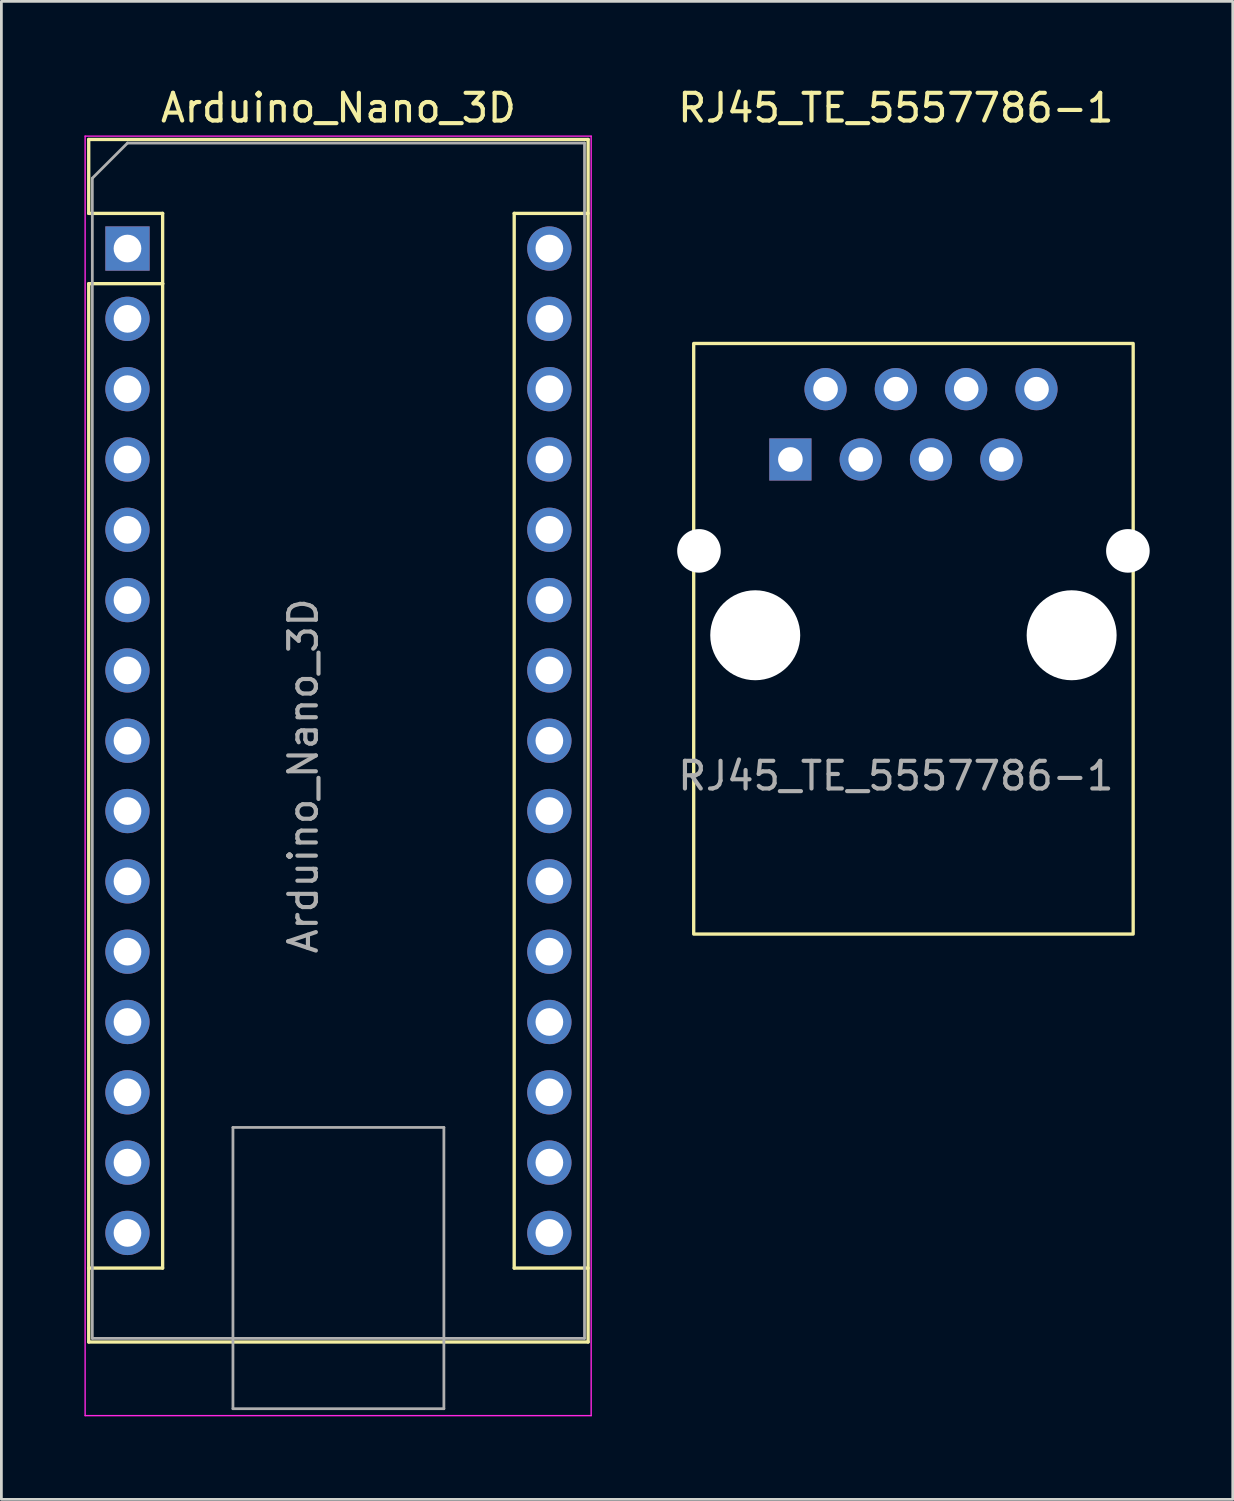
<source format=kicad_pcb>
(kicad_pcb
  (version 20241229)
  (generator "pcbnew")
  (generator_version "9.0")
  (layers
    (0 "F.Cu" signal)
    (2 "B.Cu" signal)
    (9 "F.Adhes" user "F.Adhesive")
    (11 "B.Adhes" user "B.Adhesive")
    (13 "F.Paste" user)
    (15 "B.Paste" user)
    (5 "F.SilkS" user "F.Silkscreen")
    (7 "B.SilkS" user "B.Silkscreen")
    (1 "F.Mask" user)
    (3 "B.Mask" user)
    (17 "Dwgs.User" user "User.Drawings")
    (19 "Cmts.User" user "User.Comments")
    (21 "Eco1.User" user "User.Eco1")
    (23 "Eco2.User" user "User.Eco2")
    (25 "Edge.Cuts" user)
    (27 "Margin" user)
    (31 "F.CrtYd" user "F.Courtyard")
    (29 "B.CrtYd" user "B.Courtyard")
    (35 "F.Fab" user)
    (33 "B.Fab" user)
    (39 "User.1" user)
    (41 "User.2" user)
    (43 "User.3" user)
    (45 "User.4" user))
  (footprint "RJ45_TE_5557786-1"
    (layer "F.Cu")
    (at 25.502 13.548)
    (property "Reference" "RJ45_TE_5557786-1" (at 3.81 -12.7 0) (unlocked yes) (layer "F.SilkS") (effects (font (size 1 1) (thickness 0.15))))
    (attr through_hole)
    (fp_rect (start -3.493 -4.191) (end 12.383 17.145) (stroke (width 0.12) (type solid)) (fill no) (layer "F.SilkS"))
    (fp_text user "${REFERENCE}" (at 3.81 11.43 0) (unlocked yes) (layer "F.Fab") (effects (font (size 1 1) (thickness 0.15))))
    (pad "" np_thru_hole circle (at -3.302 3.302) (size 1.575 1.575) (drill 1.575) (layers "*.Cu" "*.Mask"))
    (pad "" np_thru_hole circle (at -1.27 6.35) (size 3.25 3.25) (drill 3.25) (layers "*.Cu" "*.Mask"))
    (pad "" np_thru_hole circle (at 10.16 6.35) (size 3.25 3.25) (drill 3.25) (layers "*.Cu" "*.Mask"))
    (pad "" np_thru_hole circle (at 12.192 3.302) (size 1.575 1.575) (drill 1.575) (layers "*.Cu" "*.Mask"))
    (pad "1" thru_hole rect (at 0 0) (size 1.524 1.524) (drill 0.89) (layers "*.Cu" "*.Mask"))
    (pad "2" thru_hole circle (at 1.27 -2.54) (size 1.524 1.524) (drill 0.89) (layers "*.Cu" "*.Mask"))
    (pad "3" thru_hole circle (at 2.54 0) (size 1.524 1.524) (drill 0.89) (layers "*.Cu" "*.Mask"))
    (pad "4" thru_hole circle (at 3.81 -2.54) (size 1.524 1.524) (drill 0.89) (layers "*.Cu" "*.Mask"))
    (pad "5" thru_hole circle (at 5.08 0) (size 1.524 1.524) (drill 0.89) (layers "*.Cu" "*.Mask"))
    (pad "6" thru_hole circle (at 6.35 -2.54) (size 1.524 1.524) (drill 0.89) (layers "*.Cu" "*.Mask"))
    (pad "7" thru_hole circle (at 7.62 0) (size 1.524 1.524) (drill 0.89) (layers "*.Cu" "*.Mask"))
    (pad "8" thru_hole circle (at 8.89 -2.54) (size 1.524 1.524) (drill 0.89) (layers "*.Cu" "*.Mask")))
  (footprint "Arduino_Nano_3D"
    (layer "F.Cu")
    (at 1.555 5.928)
    (property "Reference" "Arduino_Nano_3D" (at 7.62 -5.08 0) (layer "F.SilkS") (effects (font (size 1 1) (thickness 0.15))))
    (attr through_hole)
    (fp_line (start -1.4 -3.94) (end -1.4 -1.27) (stroke (width 0.12) (type solid)) (layer "F.SilkS"))
    (fp_line (start -1.4 1.27) (end -1.4 39.5) (stroke (width 0.12) (type solid)) (layer "F.SilkS"))
    (fp_line (start -1.4 39.5) (end 16.64 39.5) (stroke (width 0.12) (type solid)) (layer "F.SilkS"))
    (fp_line (start 1.27 -1.27) (end -1.4 -1.27) (stroke (width 0.12) (type solid)) (layer "F.SilkS"))
    (fp_line (start 1.27 1.27) (end -1.4 1.27) (stroke (width 0.12) (type solid)) (layer "F.SilkS"))
    (fp_line (start 1.27 1.27) (end 1.27 -1.27) (stroke (width 0.12) (type solid)) (layer "F.SilkS"))
    (fp_line (start 1.27 1.27) (end 1.27 36.83) (stroke (width 0.12) (type solid)) (layer "F.SilkS"))
    (fp_line (start 1.27 36.83) (end -1.4 36.83) (stroke (width 0.12) (type solid)) (layer "F.SilkS"))
    (fp_line (start 13.97 -1.27) (end 13.97 36.83) (stroke (width 0.12) (type solid)) (layer "F.SilkS"))
    (fp_line (start 13.97 -1.27) (end 16.64 -1.27) (stroke (width 0.12) (type solid)) (layer "F.SilkS"))
    (fp_line (start 13.97 36.83) (end 16.64 36.83) (stroke (width 0.12) (type solid)) (layer "F.SilkS"))
    (fp_line (start 16.64 -3.94) (end -1.4 -3.94) (stroke (width 0.12) (type solid)) (layer "F.SilkS"))
    (fp_line (start 16.64 39.5) (end 16.64 -3.94) (stroke (width 0.12) (type solid)) (layer "F.SilkS"))
    (fp_line (start -1.53 -4.06) (end -1.53 42.16) (stroke (width 0.05) (type solid)) (layer "F.CrtYd"))
    (fp_line (start -1.53 -4.06) (end 16.75 -4.06) (stroke (width 0.05) (type solid)) (layer "F.CrtYd"))
    (fp_line (start 16.75 42.16) (end -1.53 42.16) (stroke (width 0.05) (type solid)) (layer "F.CrtYd"))
    (fp_line (start 16.75 42.16) (end 16.75 -4.06) (stroke (width 0.05) (type solid)) (layer "F.CrtYd"))
    (fp_line (start -1.27 -2.54) (end 0 -3.81) (stroke (width 0.1) (type solid)) (layer "F.Fab"))
    (fp_line (start -1.27 39.37) (end -1.27 -2.54) (stroke (width 0.1) (type solid)) (layer "F.Fab"))
    (fp_line (start 0 -3.81) (end 16.51 -3.81) (stroke (width 0.1) (type solid)) (layer "F.Fab"))
    (fp_line (start 3.81 31.75) (end 11.43 31.75) (stroke (width 0.1) (type solid)) (layer "F.Fab"))
    (fp_line (start 3.81 41.91) (end 3.81 31.75) (stroke (width 0.1) (type solid)) (layer "F.Fab"))
    (fp_line (start 11.43 31.75) (end 11.43 41.91) (stroke (width 0.1) (type solid)) (layer "F.Fab"))
    (fp_line (start 11.43 41.91) (end 3.81 41.91) (stroke (width 0.1) (type solid)) (layer "F.Fab"))
    (fp_line (start 16.51 -3.81) (end 16.51 39.37) (stroke (width 0.1) (type solid)) (layer "F.Fab"))
    (fp_line (start 16.51 39.37) (end -1.27 39.37) (stroke (width 0.1) (type solid)) (layer "F.Fab"))
    (fp_text user "${REFERENCE}" (at 6.35 19.05 90) (layer "F.Fab") (effects (font (size 1 1) (thickness 0.15))))
    (pad "1" thru_hole rect (at 0 0) (size 1.6 1.6) (drill 1) (layers "*.Cu" "*.Mask"))
    (pad "2" thru_hole oval (at 0 2.54) (size 1.6 1.6) (drill 1) (layers "*.Cu" "*.Mask"))
    (pad "3" thru_hole oval (at 0 5.08) (size 1.6 1.6) (drill 1) (layers "*.Cu" "*.Mask"))
    (pad "4" thru_hole oval (at 0 7.62) (size 1.6 1.6) (drill 1) (layers "*.Cu" "*.Mask"))
    (pad "5" thru_hole oval (at 0 10.16) (size 1.6 1.6) (drill 1) (layers "*.Cu" "*.Mask"))
    (pad "6" thru_hole oval (at 0 12.7) (size 1.6 1.6) (drill 1) (layers "*.Cu" "*.Mask"))
    (pad "7" thru_hole oval (at 0 15.24) (size 1.6 1.6) (drill 1) (layers "*.Cu" "*.Mask"))
    (pad "8" thru_hole oval (at 0 17.78) (size 1.6 1.6) (drill 1) (layers "*.Cu" "*.Mask"))
    (pad "9" thru_hole oval (at 0 20.32) (size 1.6 1.6) (drill 1) (layers "*.Cu" "*.Mask"))
    (pad "10" thru_hole oval (at 0 22.86) (size 1.6 1.6) (drill 1) (layers "*.Cu" "*.Mask"))
    (pad "11" thru_hole oval (at 0 25.4) (size 1.6 1.6) (drill 1) (layers "*.Cu" "*.Mask"))
    (pad "12" thru_hole oval (at 0 27.94) (size 1.6 1.6) (drill 1) (layers "*.Cu" "*.Mask"))
    (pad "13" thru_hole oval (at 0 30.48) (size 1.6 1.6) (drill 1) (layers "*.Cu" "*.Mask"))
    (pad "14" thru_hole oval (at 0 33.02) (size 1.6 1.6) (drill 1) (layers "*.Cu" "*.Mask"))
    (pad "15" thru_hole oval (at 0 35.56) (size 1.6 1.6) (drill 1) (layers "*.Cu" "*.Mask"))
    (pad "16" thru_hole oval (at 15.24 35.56) (size 1.6 1.6) (drill 1) (layers "*.Cu" "*.Mask"))
    (pad "17" thru_hole oval (at 15.24 33.02) (size 1.6 1.6) (drill 1) (layers "*.Cu" "*.Mask"))
    (pad "18" thru_hole oval (at 15.24 30.48) (size 1.6 1.6) (drill 1) (layers "*.Cu" "*.Mask"))
    (pad "19" thru_hole oval (at 15.24 27.94) (size 1.6 1.6) (drill 1) (layers "*.Cu" "*.Mask"))
    (pad "20" thru_hole oval (at 15.24 25.4) (size 1.6 1.6) (drill 1) (layers "*.Cu" "*.Mask"))
    (pad "21" thru_hole oval (at 15.24 22.86) (size 1.6 1.6) (drill 1) (layers "*.Cu" "*.Mask"))
    (pad "22" thru_hole oval (at 15.24 20.32) (size 1.6 1.6) (drill 1) (layers "*.Cu" "*.Mask"))
    (pad "23" thru_hole oval (at 15.24 17.78) (size 1.6 1.6) (drill 1) (layers "*.Cu" "*.Mask"))
    (pad "24" thru_hole oval (at 15.24 15.24) (size 1.6 1.6) (drill 1) (layers "*.Cu" "*.Mask"))
    (pad "25" thru_hole oval (at 15.24 12.7) (size 1.6 1.6) (drill 1) (layers "*.Cu" "*.Mask"))
    (pad "26" thru_hole oval (at 15.24 10.16) (size 1.6 1.6) (drill 1) (layers "*.Cu" "*.Mask"))
    (pad "27" thru_hole oval (at 15.24 7.62) (size 1.6 1.6) (drill 1) (layers "*.Cu" "*.Mask"))
    (pad "28" thru_hole oval (at 15.24 5.08) (size 1.6 1.6) (drill 1) (layers "*.Cu" "*.Mask"))
    (pad "29" thru_hole oval (at 15.24 2.54) (size 1.6 1.6) (drill 1) (layers "*.Cu" "*.Mask"))
    (pad "30" thru_hole oval (at 15.24 0) (size 1.6 1.6) (drill 1) (layers "*.Cu" "*.Mask")))
  (gr_rect
    (start -3 -3)
    (end 41.482 51.113)
    (stroke (width 0.1) (type default))
    (fill no)
    (layer "Edge.Cuts")))
</source>
